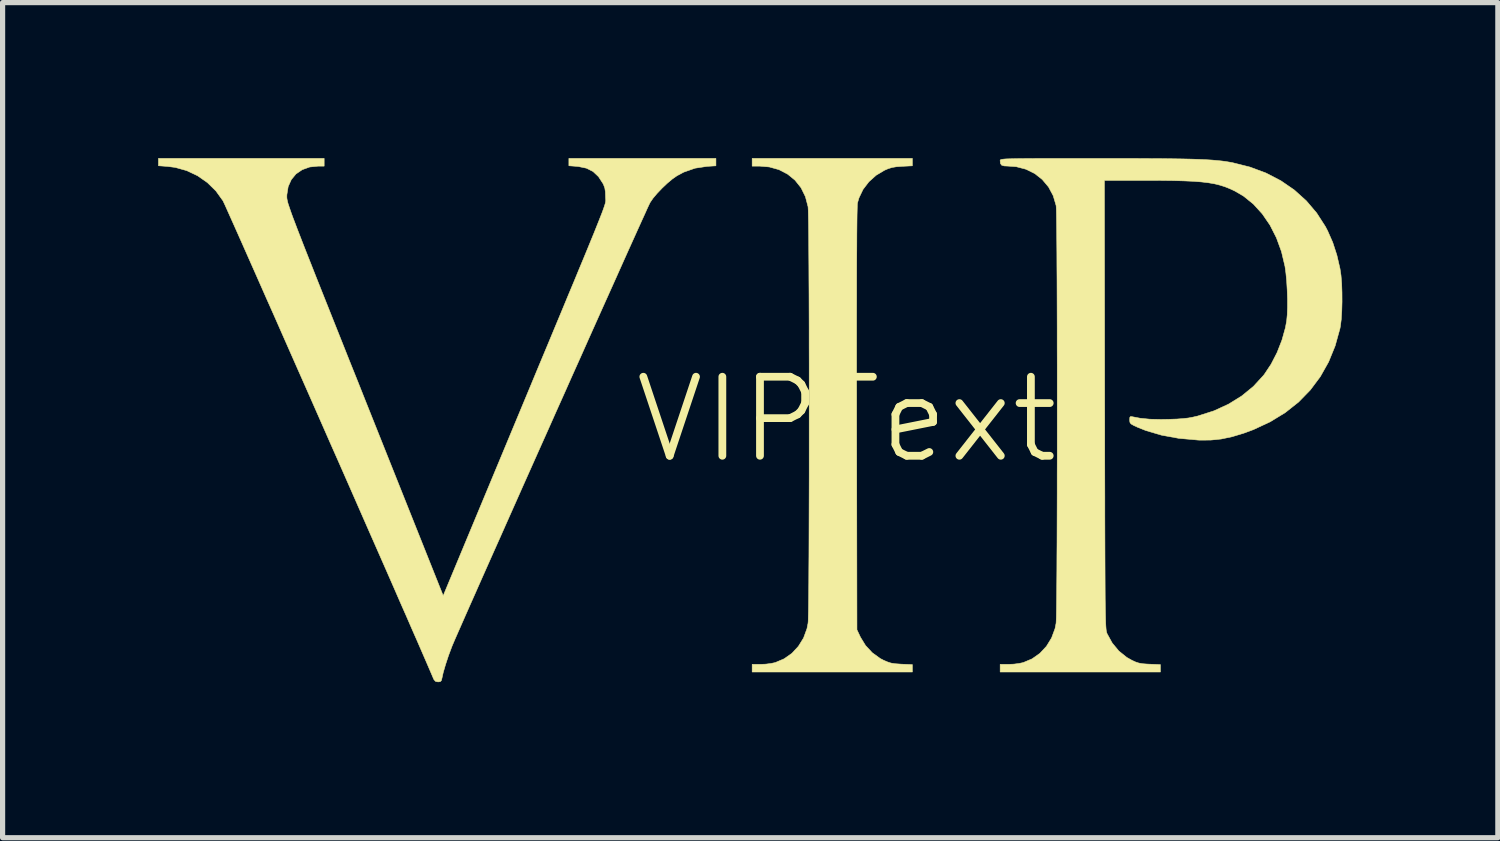
<source format=kicad_pcb>
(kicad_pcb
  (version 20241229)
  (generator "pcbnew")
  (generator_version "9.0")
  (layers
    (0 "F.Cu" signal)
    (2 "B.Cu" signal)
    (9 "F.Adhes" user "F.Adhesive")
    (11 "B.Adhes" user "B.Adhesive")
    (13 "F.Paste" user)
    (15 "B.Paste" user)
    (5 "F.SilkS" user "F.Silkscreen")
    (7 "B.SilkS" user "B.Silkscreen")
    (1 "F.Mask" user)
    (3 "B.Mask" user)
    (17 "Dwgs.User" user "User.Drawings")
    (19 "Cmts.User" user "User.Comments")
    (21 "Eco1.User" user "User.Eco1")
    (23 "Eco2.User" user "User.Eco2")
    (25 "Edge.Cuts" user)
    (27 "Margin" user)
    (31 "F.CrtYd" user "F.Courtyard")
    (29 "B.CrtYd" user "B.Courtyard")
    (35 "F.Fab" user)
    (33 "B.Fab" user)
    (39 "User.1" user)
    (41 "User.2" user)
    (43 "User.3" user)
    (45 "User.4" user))
  (footprint "VIPText"
    (layer "F.Cu")
    (at 13.277 5.043)
    (property "Reference" "VIPText" (at 0 0 0) (layer "F.SilkS") (effects (font (size 1.524 1.524) (thickness 0.15))))
    (attr through_hole)
    (fp_poly (pts (xy 1.27 -4.895) (xy 1.071 -4.885) (xy 0.962 -4.877) (xy 0.879 -4.863) (xy 0.804 -4.84) (xy 0.732 -4.809) (xy 0.57 -4.712) (xy 0.43 -4.586) (xy 0.318 -4.439) (xy 0.24 -4.276) (xy 0.211 -4.177) (xy 0.208 -4.141) (xy 0.206 -4.063) (xy 0.203 -3.944) (xy 0.201 -3.783) (xy 0.199 -3.58) (xy 0.198 -3.335) (xy 0.196 -3.048) (xy 0.195 -2.719) (xy 0.195 -2.348) (xy 0.194 -1.935) (xy 0.194 -1.479) (xy 0.194 -0.982) (xy 0.195 -0.442) (xy 0.195 -0.011) (xy 0.201 4.053) (xy 0.269 4.197) (xy 0.367 4.357) (xy 0.496 4.496) (xy 0.649 4.607) (xy 0.714 4.641) (xy 0.791 4.674) (xy 0.859 4.696) (xy 0.934 4.708) (xy 1.032 4.715) (xy 1.064 4.717) (xy 1.27 4.725) (xy 1.27 4.868) (xy -1.82 4.868) (xy -1.82 4.72) (xy -1.655 4.72) (xy -1.556 4.716) (xy -1.455 4.703) (xy -1.375 4.686) (xy -1.205 4.614) (xy -1.054 4.508) (xy -0.928 4.372) (xy -0.829 4.212) (xy -0.763 4.032) (xy -0.742 3.926) (xy -0.739 3.887) (xy -0.737 3.807) (xy -0.734 3.691) (xy -0.732 3.54) (xy -0.73 3.357) (xy -0.728 3.145) (xy -0.727 2.907) (xy -0.725 2.645) (xy -0.724 2.361) (xy -0.723 2.058) (xy -0.722 1.739) (xy -0.721 1.407) (xy -0.72 1.063) (xy -0.72 0.711) (xy -0.72 0.354) (xy -0.72 -0.007) (xy -0.72 -0.369) (xy -0.72 -0.728) (xy -0.72 -1.083) (xy -0.721 -1.431) (xy -0.721 -1.768) (xy -0.722 -2.094) (xy -0.723 -2.404) (xy -0.725 -2.697) (xy -0.726 -2.969) (xy -0.728 -3.219) (xy -0.729 -3.443) (xy -0.731 -3.64) (xy -0.733 -3.805) (xy -0.736 -3.938) (xy -0.738 -4.034) (xy -0.741 -4.093) (xy -0.742 -4.106) (xy -0.793 -4.3) (xy -0.877 -4.471) (xy -0.993 -4.617) (xy -1.136 -4.734) (xy -1.303 -4.821) (xy -1.49 -4.873) (xy -1.677 -4.889) (xy -1.82 -4.889) (xy -1.82 -5.038) (xy 1.27 -5.038) (xy 1.27 -4.895)) (stroke (width 0.01) (type solid)) (fill yes) (layer "F.SilkS"))
    (fp_poly (pts (xy -10.075 -4.889) (xy -10.188 -4.889) (xy -10.354 -4.872) (xy -10.498 -4.82) (xy -10.618 -4.738) (xy -10.709 -4.628) (xy -10.769 -4.494) (xy -10.794 -4.338) (xy -10.795 -4.309) (xy -10.795 -4.291) (xy -10.794 -4.272) (xy -10.791 -4.251) (xy -10.786 -4.226) (xy -10.779 -4.195) (xy -10.768 -4.156) (xy -10.752 -4.109) (xy -10.732 -4.05) (xy -10.707 -3.978) (xy -10.676 -3.893) (xy -10.637 -3.791) (xy -10.592 -3.672) (xy -10.538 -3.533) (xy -10.476 -3.373) (xy -10.404 -3.19) (xy -10.322 -2.983) (xy -10.23 -2.749) (xy -10.126 -2.488) (xy -10.01 -2.197) (xy -9.882 -1.875) (xy -9.74 -1.519) (xy -9.585 -1.129) (xy -9.414 -0.703) (xy -9.287 -0.383) (xy -7.779 3.397) (xy -6.312 -0.127) (xy -6.118 -0.593) (xy -5.94 -1.022) (xy -5.776 -1.414) (xy -5.627 -1.773) (xy -5.491 -2.099) (xy -5.369 -2.394) (xy -5.258 -2.659) (xy -5.16 -2.897) (xy -5.072 -3.108) (xy -4.995 -3.295) (xy -4.928 -3.459) (xy -4.869 -3.602) (xy -4.82 -3.725) (xy -4.778 -3.83) (xy -4.743 -3.919) (xy -4.714 -3.993) (xy -4.692 -4.053) (xy -4.675 -4.102) (xy -4.662 -4.142) (xy -4.653 -4.172) (xy -4.648 -4.196) (xy -4.645 -4.215) (xy -4.644 -4.231) (xy -4.645 -4.244) (xy -4.646 -4.258) (xy -4.647 -4.273) (xy -4.648 -4.29) (xy -4.648 -4.297) (xy -4.651 -4.394) (xy -4.662 -4.466) (xy -4.686 -4.53) (xy -4.696 -4.551) (xy -4.784 -4.686) (xy -4.889 -4.785) (xy -5.016 -4.849) (xy -5.17 -4.881) (xy -5.199 -4.884) (xy -5.355 -4.896) (xy -5.355 -5.038) (xy -2.519 -5.038) (xy -2.519 -4.895) (xy -2.693 -4.884) (xy -2.922 -4.849) (xy -3.139 -4.773) (xy -3.27 -4.703) (xy -3.359 -4.641) (xy -3.458 -4.558) (xy -3.56 -4.461) (xy -3.655 -4.361) (xy -3.734 -4.267) (xy -3.789 -4.186) (xy -3.792 -4.18) (xy -3.808 -4.147) (xy -3.841 -4.077) (xy -3.888 -3.972) (xy -3.95 -3.836) (xy -4.025 -3.67) (xy -4.113 -3.475) (xy -4.212 -3.256) (xy -4.321 -3.013) (xy -4.439 -2.749) (xy -4.566 -2.466) (xy -4.701 -2.166) (xy -4.842 -1.851) (xy -4.988 -1.525) (xy -5.138 -1.188) (xy -5.293 -0.843) (xy -5.449 -0.492) (xy -5.608 -0.138) (xy -5.766 0.218) (xy -5.925 0.573) (xy -6.082 0.925) (xy -6.237 1.272) (xy -6.388 1.612) (xy -6.535 1.942) (xy -6.676 2.26) (xy -6.812 2.564) (xy -6.94 2.852) (xy -7.06 3.122) (xy -7.17 3.371) (xy -7.271 3.598) (xy -7.36 3.8) (xy -7.437 3.975) (xy -7.501 4.12) (xy -7.551 4.234) (xy -7.585 4.314) (xy -7.604 4.358) (xy -7.605 4.36) (xy -7.677 4.552) (xy -7.735 4.728) (xy -7.779 4.879) (xy -7.801 4.979) (xy -7.814 5.032) (xy -7.837 5.054) (xy -7.877 5.059) (xy -7.925 5.05) (xy -7.956 5.017) (xy -7.969 4.99) (xy -8.003 4.91) (xy -8.052 4.796) (xy -8.115 4.65) (xy -8.191 4.475) (xy -8.279 4.272) (xy -8.379 4.045) (xy -8.488 3.794) (xy -8.608 3.522) (xy -8.735 3.23) (xy -8.87 2.922) (xy -9.012 2.599) (xy -9.16 2.263) (xy -9.312 1.917) (xy -9.468 1.561) (xy -9.627 1.199) (xy -9.788 0.833) (xy -9.951 0.465) (xy -10.113 0.096) (xy -10.275 -0.272) (xy -10.435 -0.635) (xy -10.593 -0.992) (xy -10.747 -1.341) (xy -10.897 -1.681) (xy -11.041 -2.008) (xy -11.18 -2.32) (xy -11.311 -2.617) (xy -11.434 -2.895) (xy -11.548 -3.152) (xy -11.652 -3.387) (xy -11.745 -3.596) (xy -11.827 -3.78) (xy -11.896 -3.934) (xy -11.951 -4.057) (xy -11.992 -4.148) (xy -12.018 -4.203) (xy -12.026 -4.22) (xy -12.162 -4.409) (xy -12.327 -4.571) (xy -12.516 -4.703) (xy -12.725 -4.802) (xy -12.947 -4.864) (xy -13.095 -4.883) (xy -13.271 -4.896) (xy -13.271 -5.038) (xy -10.075 -5.038) (xy -10.075 -4.889)) (stroke (width 0.01) (type solid)) (fill yes) (layer "F.SilkS"))
    (fp_poly (pts (xy 4.81 -5.037) (xy 5.177 -5.037) (xy 5.505 -5.037) (xy 5.795 -5.035) (xy 6.052 -5.034) (xy 6.279 -5.031) (xy 6.477 -5.028) (xy 6.65 -5.024) (xy 6.801 -5.019) (xy 6.932 -5.013) (xy 7.047 -5.006) (xy 7.148 -4.997) (xy 7.238 -4.988) (xy 7.32 -4.977) (xy 7.397 -4.964) (xy 7.446 -4.955) (xy 7.781 -4.871) (xy 8.092 -4.755) (xy 8.377 -4.607) (xy 8.636 -4.429) (xy 8.867 -4.221) (xy 9.067 -3.986) (xy 9.235 -3.725) (xy 9.28 -3.639) (xy 9.378 -3.416) (xy 9.457 -3.173) (xy 9.518 -2.91) (xy 9.537 -2.782) (xy 9.55 -2.625) (xy 9.556 -2.451) (xy 9.557 -2.271) (xy 9.552 -2.095) (xy 9.542 -1.934) (xy 9.525 -1.8) (xy 9.517 -1.757) (xy 9.424 -1.422) (xy 9.298 -1.113) (xy 9.138 -0.829) (xy 8.945 -0.571) (xy 8.719 -0.339) (xy 8.46 -0.134) (xy 8.17 0.043) (xy 7.848 0.193) (xy 7.662 0.262) (xy 7.436 0.33) (xy 7.227 0.374) (xy 7.022 0.395) (xy 6.806 0.396) (xy 6.773 0.394) (xy 6.408 0.361) (xy 6.075 0.3) (xy 5.773 0.211) (xy 5.61 0.146) (xy 5.535 0.111) (xy 5.49 0.085) (xy 5.469 0.061) (xy 5.462 0.03) (xy 5.461 0.005) (xy 5.464 -0.043) (xy 5.479 -0.06) (xy 5.509 -0.056) (xy 5.666 -0.026) (xy 5.85 -0.008) (xy 6.065 -0.003) (xy 6.223 -0.006) (xy 6.373 -0.011) (xy 6.492 -0.02) (xy 6.592 -0.031) (xy 6.683 -0.048) (xy 6.778 -0.07) (xy 6.78 -0.071) (xy 7.086 -0.169) (xy 7.367 -0.298) (xy 7.622 -0.456) (xy 7.847 -0.64) (xy 8.039 -0.849) (xy 8.057 -0.871) (xy 8.188 -1.068) (xy 8.304 -1.293) (xy 8.398 -1.533) (xy 8.465 -1.773) (xy 8.489 -1.904) (xy 8.5 -2.019) (xy 8.505 -2.165) (xy 8.505 -2.33) (xy 8.499 -2.503) (xy 8.489 -2.673) (xy 8.474 -2.828) (xy 8.457 -2.953) (xy 8.389 -3.24) (xy 8.291 -3.508) (xy 8.167 -3.752) (xy 8.018 -3.969) (xy 7.847 -4.157) (xy 7.655 -4.312) (xy 7.483 -4.412) (xy 7.39 -4.455) (xy 7.297 -4.492) (xy 7.201 -4.522) (xy 7.096 -4.548) (xy 6.979 -4.568) (xy 6.845 -4.584) (xy 6.69 -4.596) (xy 6.51 -4.604) (xy 6.301 -4.61) (xy 6.059 -4.613) (xy 5.778 -4.614) (xy 5.752 -4.614) (xy 4.974 -4.614) (xy 4.979 -0.291) (xy 4.98 0.212) (xy 4.98 0.675) (xy 4.981 1.099) (xy 4.982 1.486) (xy 4.982 1.838) (xy 4.983 2.156) (xy 4.984 2.442) (xy 4.985 2.698) (xy 4.986 2.925) (xy 4.987 3.127) (xy 4.988 3.303) (xy 4.989 3.456) (xy 4.991 3.588) (xy 4.993 3.7) (xy 4.995 3.794) (xy 4.997 3.872) (xy 4.999 3.936) (xy 5.002 3.987) (xy 5.005 4.027) (xy 5.008 4.058) (xy 5.012 4.082) (xy 5.016 4.1) (xy 5.02 4.114) (xy 5.025 4.126) (xy 5.025 4.128) (xy 5.124 4.308) (xy 5.252 4.463) (xy 5.406 4.587) (xy 5.502 4.641) (xy 5.573 4.674) (xy 5.637 4.695) (xy 5.707 4.708) (xy 5.799 4.715) (xy 5.846 4.717) (xy 6.054 4.725) (xy 6.054 4.868) (xy 2.963 4.868) (xy 2.963 4.72) (xy 3.129 4.72) (xy 3.228 4.716) (xy 3.329 4.703) (xy 3.408 4.686) (xy 3.579 4.614) (xy 3.729 4.508) (xy 3.856 4.372) (xy 3.954 4.212) (xy 4.021 4.032) (xy 4.042 3.926) (xy 4.044 3.887) (xy 4.047 3.808) (xy 4.049 3.692) (xy 4.051 3.542) (xy 4.053 3.36) (xy 4.055 3.149) (xy 4.057 2.912) (xy 4.058 2.65) (xy 4.06 2.367) (xy 4.061 2.066) (xy 4.062 1.748) (xy 4.063 1.416) (xy 4.063 1.073) (xy 4.064 0.722) (xy 4.064 0.365) (xy 4.064 0.004) (xy 4.064 -0.357) (xy 4.064 -0.716) (xy 4.064 -1.071) (xy 4.063 -1.419) (xy 4.063 -1.758) (xy 4.062 -2.084) (xy 4.061 -2.395) (xy 4.06 -2.69) (xy 4.058 -2.964) (xy 4.057 -3.216) (xy 4.055 -3.443) (xy 4.053 -3.642) (xy 4.051 -3.811) (xy 4.049 -3.947) (xy 4.047 -4.047) (xy 4.044 -4.11) (xy 4.042 -4.13) (xy 3.986 -4.319) (xy 3.896 -4.487) (xy 3.775 -4.631) (xy 3.629 -4.746) (xy 3.46 -4.829) (xy 3.273 -4.878) (xy 3.12 -4.889) (xy 3.039 -4.893) (xy 2.992 -4.907) (xy 2.969 -4.939) (xy 2.963 -4.992) (xy 2.963 -4.997) (xy 2.964 -5.004) (xy 2.969 -5.01) (xy 2.979 -5.016) (xy 2.999 -5.02) (xy 3.03 -5.024) (xy 3.075 -5.028) (xy 3.136 -5.03) (xy 3.217 -5.032) (xy 3.32 -5.034) (xy 3.447 -5.035) (xy 3.602 -5.036) (xy 3.786 -5.037) (xy 4.002 -5.037) (xy 4.254 -5.037) (xy 4.543 -5.037) (xy 4.81 -5.037)) (stroke (width 0.01) (type solid)) (fill yes) (layer "F.SilkS")))
  (gr_rect
    (start -3 -3)
    (end 25.839 13.107)
    (stroke (width 0.1) (type default))
    (fill no)
    (layer "Edge.Cuts")))
</source>
